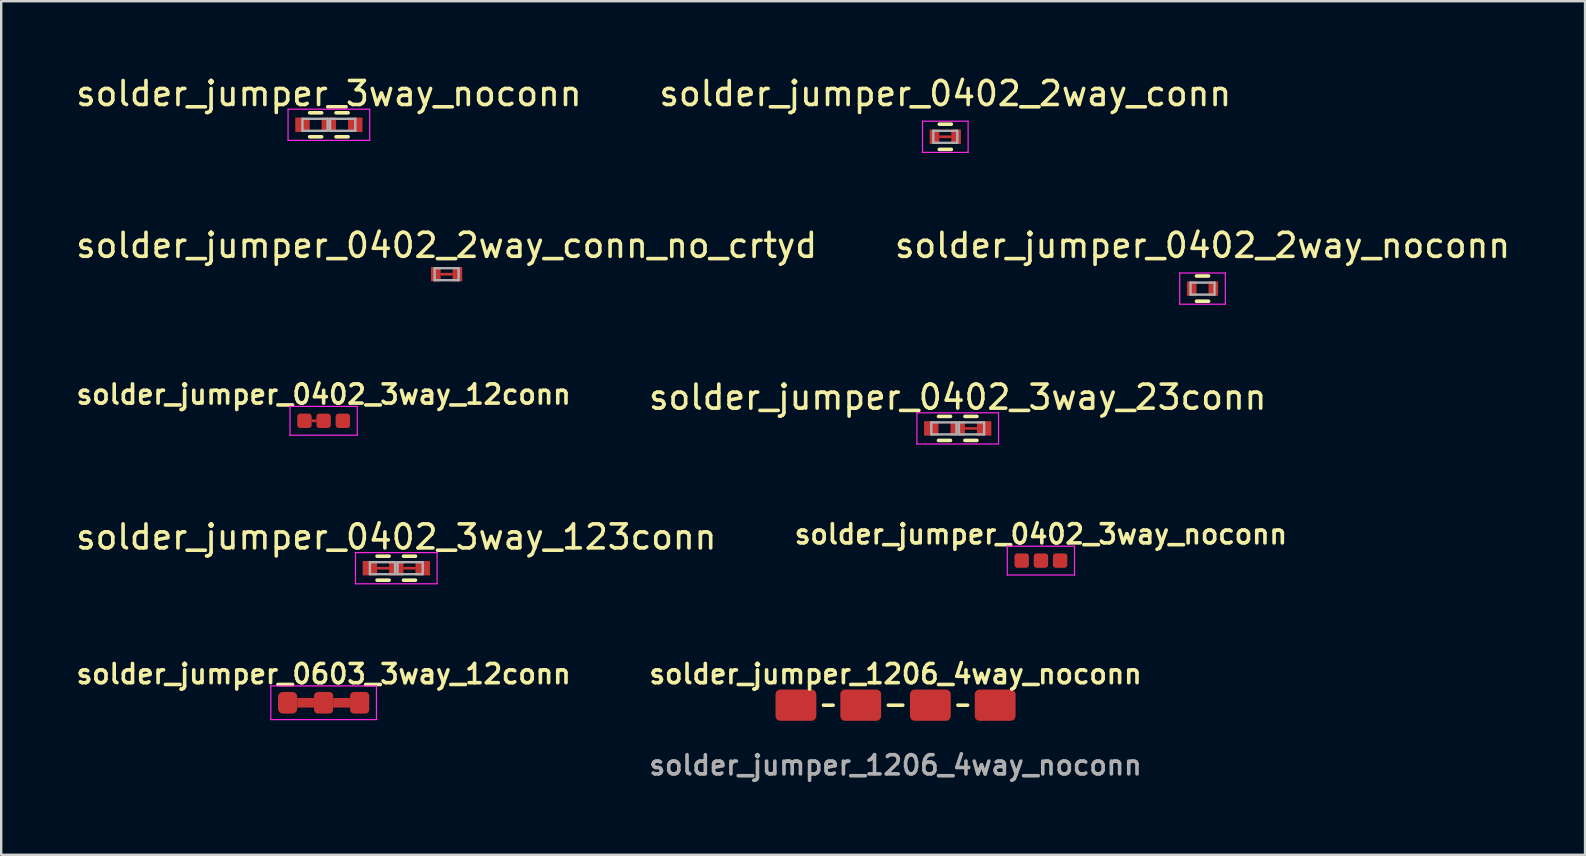
<source format=kicad_pcb>
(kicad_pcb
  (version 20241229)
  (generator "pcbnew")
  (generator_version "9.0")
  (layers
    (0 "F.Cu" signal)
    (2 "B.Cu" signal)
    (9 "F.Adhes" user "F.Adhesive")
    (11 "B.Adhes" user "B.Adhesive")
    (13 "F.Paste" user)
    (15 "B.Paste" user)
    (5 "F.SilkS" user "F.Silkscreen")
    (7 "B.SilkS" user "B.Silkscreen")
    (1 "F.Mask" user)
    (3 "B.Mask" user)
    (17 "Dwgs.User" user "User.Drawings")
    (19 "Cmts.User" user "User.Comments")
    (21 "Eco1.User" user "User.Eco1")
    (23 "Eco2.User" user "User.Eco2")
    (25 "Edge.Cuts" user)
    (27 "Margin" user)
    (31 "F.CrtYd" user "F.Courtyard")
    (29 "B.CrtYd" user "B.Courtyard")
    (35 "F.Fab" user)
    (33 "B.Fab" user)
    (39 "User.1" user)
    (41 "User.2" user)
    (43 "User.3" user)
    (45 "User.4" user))
  (footprint "solder_jumper_1206_4way_noconn"
    (layer "F.Cu")
    (at 34.254 26.324)
    (property "Reference" "solder_jumper_1206_4way_noconn" (at 0 -1.3 0) (unlocked yes) (layer "F.SilkS") (effects (font (size 0.8 0.8) (thickness 0.15))))
    (attr smd)
    (fp_line (start -3 0) (end -2.6 0) (stroke (width 0.15) (type default)) (layer "F.SilkS"))
    (fp_line (start -0.3 0) (end 0.3 0) (stroke (width 0.15) (type default)) (layer "F.SilkS"))
    (fp_line (start 2.6 0) (end 3 0) (stroke (width 0.15) (type default)) (layer "F.SilkS"))
    (fp_text user "${REFERENCE}" (at 0 2.5 0) (unlocked yes) (layer "F.Fab") (effects (font (size 0.8 0.8) (thickness 0.15))))
    (pad "1" smd roundrect (at -4.15 0) (size 1.7 1.3) (layers "F.Cu" "F.Mask" "F.Paste") (roundrect_rratio 0.15))
    (pad "2" smd roundrect (at -1.45 0) (size 1.7 1.3) (layers "F.Cu" "F.Mask" "F.Paste") (roundrect_rratio 0.15))
    (pad "3" smd roundrect (at 1.45 0) (size 1.7 1.3) (layers "F.Cu" "F.Mask" "F.Paste") (roundrect_rratio 0.15))
    (pad "4" smd roundrect (at 4.15 0) (size 1.7 1.3) (layers "F.Cu" "F.Mask" "F.Paste") (roundrect_rratio 0.15)))
  (footprint "solder_jumper_0402_2way_conn"
    (layer "F.Cu")
    (at 36.327 2.648)
    (property "Reference" "solder_jumper_0402_2way_conn" (at 0 -1.8 0) (layer "F.SilkS") (effects (font (size 1 1) (thickness 0.15))))
    (attr smd)
    (fp_poly (pts (xy -0.25 -0.05) (xy 0.25 -0.05) (xy 0.25 0.05) (xy -0.25 0.05)) (stroke (width 0.01) (type solid)) (fill yes) (layer "F.Cu"))
    (fp_line (start -0.25 0.525) (end 0.25 0.525) (stroke (width 0.15) (type solid)) (layer "F.SilkS"))
    (fp_line (start 0.25 -0.525) (end -0.25 -0.525) (stroke (width 0.15) (type solid)) (layer "F.SilkS"))
    (fp_line (start -0.95 -0.65) (end -0.95 0.65) (stroke (width 0.05) (type solid)) (layer "F.CrtYd"))
    (fp_line (start -0.95 -0.65) (end 0.95 -0.65) (stroke (width 0.05) (type solid)) (layer "F.CrtYd"))
    (fp_line (start -0.95 0.65) (end 0.95 0.65) (stroke (width 0.05) (type solid)) (layer "F.CrtYd"))
    (fp_line (start 0.95 -0.65) (end 0.95 0.65) (stroke (width 0.05) (type solid)) (layer "F.CrtYd"))
    (fp_line (start -0.5 -0.25) (end 0.5 -0.25) (stroke (width 0.1) (type solid)) (layer "F.Fab"))
    (fp_line (start -0.5 0.25) (end -0.5 -0.25) (stroke (width 0.1) (type solid)) (layer "F.Fab"))
    (fp_line (start 0.5 -0.25) (end 0.5 0.25) (stroke (width 0.1) (type solid)) (layer "F.Fab"))
    (fp_line (start 0.5 0.25) (end -0.5 0.25) (stroke (width 0.1) (type solid)) (layer "F.Fab"))
    (pad "1" smd rect (at -0.45 0) (size 0.4 0.6) (layers "F.Cu" "F.Mask"))
    (pad "2" smd rect (at 0.45 0) (size 0.4 0.6) (layers "F.Cu" "F.Mask")))
  (footprint "solder_jumper_0603_3way_12conn"
    (layer "F.Cu")
    (at 10.431 26.224)
    (property "Reference" "solder_jumper_0603_3way_12conn" (at 0 -1.2 0) (layer "F.SilkS") (effects (font (size 0.8 0.8) (thickness 0.15))))
    (attr smd)
    (fp_poly (pts (xy -1.1 -0.2) (xy -0.4 -0.2) (xy -0.4 0.2) (xy -1.1 0.2)) (stroke (width 0) (type solid)) (fill yes) (layer "F.Cu"))
    (fp_poly (pts (xy 0.4 -0.2) (xy 1.1 -0.2) (xy 1.1 0.2) (xy 0.4 0.2)) (stroke (width 0) (type solid)) (fill yes) (layer "F.Cu"))
    (fp_line (start -2.2 -0.7) (end -2.2 0.7) (stroke (width 0.05) (type solid)) (layer "F.CrtYd"))
    (fp_line (start -2.2 -0.7) (end 2.2 -0.7) (stroke (width 0.05) (type solid)) (layer "F.CrtYd"))
    (fp_line (start -2.2 0.7) (end 2.2 0.7) (stroke (width 0.05) (type solid)) (layer "F.CrtYd"))
    (fp_line (start 2.2 -0.7) (end 2.2 0.7) (stroke (width 0.05) (type solid)) (layer "F.CrtYd"))
    (pad "1" smd roundrect (at -1.5 0) (size 0.8 0.9) (layers "F.Cu" "F.Mask") (roundrect_rratio 0.25))
    (pad "2" smd roundrect (at 0 0) (size 0.8 0.9) (layers "F.Cu" "F.Mask") (roundrect_rratio 0.2))
    (pad "3" smd roundrect (at 1.5 0) (size 0.8 0.9) (layers "F.Cu" "F.Mask") (roundrect_rratio 0.2)))
  (footprint "solder_jumper_0402_2way_noconn"
    (layer "F.Cu")
    (at 47.042 8.972)
    (property "Reference" "solder_jumper_0402_2way_noconn" (at 0 -1.8 0) (layer "F.SilkS") (effects (font (size 1 1) (thickness 0.15))))
    (attr smd)
    (fp_line (start -0.25 0.525) (end 0.25 0.525) (stroke (width 0.15) (type solid)) (layer "F.SilkS"))
    (fp_line (start 0.25 -0.525) (end -0.25 -0.525) (stroke (width 0.15) (type solid)) (layer "F.SilkS"))
    (fp_line (start -0.95 -0.65) (end -0.95 0.65) (stroke (width 0.05) (type solid)) (layer "F.CrtYd"))
    (fp_line (start -0.95 -0.65) (end 0.95 -0.65) (stroke (width 0.05) (type solid)) (layer "F.CrtYd"))
    (fp_line (start -0.95 0.65) (end 0.95 0.65) (stroke (width 0.05) (type solid)) (layer "F.CrtYd"))
    (fp_line (start 0.95 -0.65) (end 0.95 0.65) (stroke (width 0.05) (type solid)) (layer "F.CrtYd"))
    (fp_line (start -0.5 -0.25) (end 0.5 -0.25) (stroke (width 0.1) (type solid)) (layer "F.Fab"))
    (fp_line (start -0.5 0.25) (end -0.5 -0.25) (stroke (width 0.1) (type solid)) (layer "F.Fab"))
    (fp_line (start 0.5 -0.25) (end 0.5 0.25) (stroke (width 0.1) (type solid)) (layer "F.Fab"))
    (fp_line (start 0.5 0.25) (end -0.5 0.25) (stroke (width 0.1) (type solid)) (layer "F.Fab"))
    (pad "1" smd rect (at -0.45 0) (size 0.4 0.6) (layers "F.Cu" "F.Mask"))
    (pad "2" smd rect (at 0.45 0) (size 0.4 0.6) (layers "F.Cu" "F.Mask")))
  (footprint "solder_jumper_0402_3way_12conn"
    (layer "F.Cu")
    (at 10.431 14.478)
    (property "Reference" "solder_jumper_0402_3way_12conn" (at 0 -1.1 0) (layer "F.SilkS") (effects (font (size 0.8 0.8) (thickness 0.15))))
    (attr smd)
    (fp_poly (pts (xy -0.5 -0.05) (xy -0.3 -0.05) (xy -0.3 0.05) (xy -0.5 0.05)) (stroke (width 0.01) (type solid)) (fill yes) (layer "F.Cu"))
    (fp_line (start -1.4 -0.6) (end -1.4 0.6) (stroke (width 0.05) (type solid)) (layer "F.CrtYd"))
    (fp_line (start -1.4 -0.6) (end 1.4 -0.6) (stroke (width 0.05) (type solid)) (layer "F.CrtYd"))
    (fp_line (start -1.4 0.6) (end 1.4 0.6) (stroke (width 0.05) (type solid)) (layer "F.CrtYd"))
    (fp_line (start 1.4 -0.6) (end 1.4 0.6) (stroke (width 0.05) (type solid)) (layer "F.CrtYd"))
    (pad "1" smd roundrect (at -0.8 0) (size 0.6 0.6) (layers "F.Cu" "F.Mask") (roundrect_rratio 0.2))
    (pad "2" smd roundrect (at 0 0) (size 0.6 0.6) (layers "F.Cu" "F.Mask") (roundrect_rratio 0.2))
    (pad "3" smd roundrect (at 0.8 0) (size 0.6 0.6) (layers "F.Cu" "F.Mask") (roundrect_rratio 0.2)))
  (footprint "solder_jumper_0402_3way_123conn"
    (layer "F.Cu")
    (at 13.458 20.618)
    (property "Reference" "solder_jumper_0402_3way_123conn" (at 0 -1.3 0) (layer "F.SilkS") (effects (font (size 1 1) (thickness 0.15))))
    (attr smd)
    (fp_poly (pts (xy -0.8 -0.05) (xy -0.3 -0.05) (xy -0.3 0.05) (xy -0.8 0.05)) (stroke (width 0.01) (type solid)) (fill yes) (layer "F.Cu"))
    (fp_poly (pts (xy 0.3 -0.05) (xy 0.8 -0.05) (xy 0.8 0.05) (xy 0.3 0.05)) (stroke (width 0.01) (type solid)) (fill yes) (layer "F.Cu"))
    (fp_line (start -0.8 0.5) (end -0.3 0.5) (stroke (width 0.15) (type solid)) (layer "F.SilkS"))
    (fp_line (start -0.3 -0.5) (end -0.8 -0.5) (stroke (width 0.15) (type solid)) (layer "F.SilkS"))
    (fp_line (start 0.8 -0.5) (end 0.3 -0.5) (stroke (width 0.15) (type solid)) (layer "F.SilkS"))
    (fp_line (start 0.8 0.5) (end 0.3 0.5) (stroke (width 0.15) (type solid)) (layer "F.SilkS"))
    (fp_line (start -1.7 -0.65) (end -1.7 0.65) (stroke (width 0.05) (type solid)) (layer "F.CrtYd"))
    (fp_line (start -1.7 -0.65) (end 1.7 -0.65) (stroke (width 0.05) (type solid)) (layer "F.CrtYd"))
    (fp_line (start -1.7 0.65) (end 1.7 0.65) (stroke (width 0.05) (type solid)) (layer "F.CrtYd"))
    (fp_line (start 1.7 -0.65) (end 1.7 0.65) (stroke (width 0.05) (type solid)) (layer "F.CrtYd"))
    (fp_line (start -1.1 -0.25) (end -0.05 -0.25) (stroke (width 0.1) (type solid)) (layer "F.Fab"))
    (fp_line (start -1.1 0.25) (end -1.1 -0.25) (stroke (width 0.1) (type solid)) (layer "F.Fab"))
    (fp_line (start -0.05 -0.25) (end -0.05 0.25) (stroke (width 0.1) (type solid)) (layer "F.Fab"))
    (fp_line (start -0.05 0.25) (end -1.1 0.25) (stroke (width 0.1) (type solid)) (layer "F.Fab"))
    (fp_line (start 0.05 -0.25) (end 0.05 0.25) (stroke (width 0.1) (type solid)) (layer "F.Fab"))
    (fp_line (start 0.05 -0.25) (end 1.1 -0.25) (stroke (width 0.1) (type solid)) (layer "F.Fab"))
    (fp_line (start 0.05 0.25) (end 1.1 0.25) (stroke (width 0.1) (type solid)) (layer "F.Fab"))
    (fp_line (start 1.1 -0.25) (end 1.1 0.25) (stroke (width 0.1) (type solid)) (layer "F.Fab"))
    (pad "1" smd rect (at -1.1 0) (size 0.6 0.6) (layers "F.Cu" "F.Mask"))
    (pad "2" smd rect (at 0 0) (size 0.6 0.6) (layers "F.Cu" "F.Mask"))
    (pad "3" smd rect (at 1.1 0) (size 0.6 0.6) (layers "F.Cu" "F.Mask")))
  (footprint "solder_jumper_0402_3way_23conn"
    (layer "F.Cu")
    (at 36.844 14.795)
    (property "Reference" "solder_jumper_0402_3way_23conn" (at 0 -1.3 0) (layer "F.SilkS") (effects (font (size 1 1) (thickness 0.15))))
    (attr smd)
    (fp_poly (pts (xy 0.3 -0.05) (xy 0.8 -0.05) (xy 0.8 0.05) (xy 0.3 0.05)) (stroke (width 0.01) (type solid)) (fill yes) (layer "F.Cu"))
    (fp_line (start -0.8 0.5) (end -0.3 0.5) (stroke (width 0.15) (type solid)) (layer "F.SilkS"))
    (fp_line (start -0.3 -0.5) (end -0.8 -0.5) (stroke (width 0.15) (type solid)) (layer "F.SilkS"))
    (fp_line (start 0.8 -0.5) (end 0.3 -0.5) (stroke (width 0.15) (type solid)) (layer "F.SilkS"))
    (fp_line (start 0.8 0.5) (end 0.3 0.5) (stroke (width 0.15) (type solid)) (layer "F.SilkS"))
    (fp_line (start -1.7 -0.65) (end -1.7 0.65) (stroke (width 0.05) (type solid)) (layer "F.CrtYd"))
    (fp_line (start -1.7 -0.65) (end 1.7 -0.65) (stroke (width 0.05) (type solid)) (layer "F.CrtYd"))
    (fp_line (start -1.7 0.65) (end 1.7 0.65) (stroke (width 0.05) (type solid)) (layer "F.CrtYd"))
    (fp_line (start 1.7 -0.65) (end 1.7 0.65) (stroke (width 0.05) (type solid)) (layer "F.CrtYd"))
    (fp_line (start -1.1 -0.25) (end -0.05 -0.25) (stroke (width 0.1) (type solid)) (layer "F.Fab"))
    (fp_line (start -1.1 0.25) (end -1.1 -0.25) (stroke (width 0.1) (type solid)) (layer "F.Fab"))
    (fp_line (start -0.05 -0.25) (end -0.05 0.25) (stroke (width 0.1) (type solid)) (layer "F.Fab"))
    (fp_line (start -0.05 0.25) (end -1.1 0.25) (stroke (width 0.1) (type solid)) (layer "F.Fab"))
    (fp_line (start 0.05 -0.25) (end 0.05 0.25) (stroke (width 0.1) (type solid)) (layer "F.Fab"))
    (fp_line (start 0.05 -0.25) (end 1.1 -0.25) (stroke (width 0.1) (type solid)) (layer "F.Fab"))
    (fp_line (start 0.05 0.25) (end 1.1 0.25) (stroke (width 0.1) (type solid)) (layer "F.Fab"))
    (fp_line (start 1.1 -0.25) (end 1.1 0.25) (stroke (width 0.1) (type solid)) (layer "F.Fab"))
    (pad "1" smd rect (at -1.1 0) (size 0.6 0.6) (layers "F.Cu" "F.Mask"))
    (pad "2" smd rect (at 0 0) (size 0.6 0.6) (layers "F.Cu" "F.Mask"))
    (pad "3" smd rect (at 1.1 0) (size 0.6 0.6) (layers "F.Cu" "F.Mask")))
  (footprint "solder_jumper_0402_2way_conn_no_crtyd"
    (layer "F.Cu")
    (at 15.554 8.371)
    (property "Reference" "solder_jumper_0402_2way_conn_no_crtyd" (at 0 -1.2 0) (layer "F.SilkS") (effects (font (size 1 1) (thickness 0.15))))
    (attr smd)
    (fp_poly (pts (xy -0.25 -0.05) (xy 0.25 -0.05) (xy 0.25 0.05) (xy -0.25 0.05)) (stroke (width 0.01) (type solid)) (fill yes) (layer "F.Cu"))
    (fp_line (start -0.5 -0.25) (end 0.5 -0.25) (stroke (width 0.1) (type solid)) (layer "F.Fab"))
    (fp_line (start -0.5 0.25) (end -0.5 -0.25) (stroke (width 0.1) (type solid)) (layer "F.Fab"))
    (fp_line (start 0.5 -0.25) (end 0.5 0.25) (stroke (width 0.1) (type solid)) (layer "F.Fab"))
    (fp_line (start 0.5 0.25) (end -0.5 0.25) (stroke (width 0.1) (type solid)) (layer "F.Fab"))
    (pad "1" smd rect (at -0.45 0) (size 0.4 0.6) (layers "F.Cu" "F.Mask"))
    (pad "2" smd rect (at 0.45 0) (size 0.4 0.6) (layers "F.Cu" "F.Mask")))
  (footprint "solder_jumper_0402_3way_noconn"
    (layer "F.Cu")
    (at 40.309 20.301)
    (property "Reference" "solder_jumper_0402_3way_noconn" (at 0 -1.1 0) (layer "F.SilkS") (effects (font (size 0.8 0.8) (thickness 0.15))))
    (attr smd)
    (fp_line (start -1.4 -0.6) (end -1.4 0.6) (stroke (width 0.05) (type solid)) (layer "F.CrtYd"))
    (fp_line (start -1.4 -0.6) (end 1.4 -0.6) (stroke (width 0.05) (type solid)) (layer "F.CrtYd"))
    (fp_line (start -1.4 0.6) (end 1.4 0.6) (stroke (width 0.05) (type solid)) (layer "F.CrtYd"))
    (fp_line (start 1.4 -0.6) (end 1.4 0.6) (stroke (width 0.05) (type solid)) (layer "F.CrtYd"))
    (pad "1" smd roundrect (at -0.8 0) (size 0.6 0.6) (layers "F.Cu" "F.Mask") (roundrect_rratio 0.2))
    (pad "2" smd roundrect (at 0 0) (size 0.6 0.6) (layers "F.Cu" "F.Mask") (roundrect_rratio 0.2))
    (pad "3" smd roundrect (at 0.8 0) (size 0.6 0.6) (layers "F.Cu" "F.Mask") (roundrect_rratio 0.2)))
  (footprint "solder_jumper_3way_noconn"
    (layer "F.Cu")
    (at 10.649 2.148)
    (property "Reference" "solder_jumper_3way_noconn" (at 0 -1.3 0) (layer "F.SilkS") (effects (font (size 1 1) (thickness 0.15))))
    (attr smd)
    (fp_line (start -0.8 0.5) (end -0.3 0.5) (stroke (width 0.15) (type solid)) (layer "F.SilkS"))
    (fp_line (start -0.3 -0.5) (end -0.8 -0.5) (stroke (width 0.15) (type solid)) (layer "F.SilkS"))
    (fp_line (start 0.8 -0.5) (end 0.3 -0.5) (stroke (width 0.15) (type solid)) (layer "F.SilkS"))
    (fp_line (start 0.8 0.5) (end 0.3 0.5) (stroke (width 0.15) (type solid)) (layer "F.SilkS"))
    (fp_line (start -1.7 -0.65) (end -1.7 0.65) (stroke (width 0.05) (type solid)) (layer "F.CrtYd"))
    (fp_line (start -1.7 -0.65) (end 1.7 -0.65) (stroke (width 0.05) (type solid)) (layer "F.CrtYd"))
    (fp_line (start -1.7 0.65) (end 1.7 0.65) (stroke (width 0.05) (type solid)) (layer "F.CrtYd"))
    (fp_line (start 1.7 -0.65) (end 1.7 0.65) (stroke (width 0.05) (type solid)) (layer "F.CrtYd"))
    (fp_line (start -1.1 -0.25) (end -0.05 -0.25) (stroke (width 0.1) (type solid)) (layer "F.Fab"))
    (fp_line (start -1.1 0.25) (end -1.1 -0.25) (stroke (width 0.1) (type solid)) (layer "F.Fab"))
    (fp_line (start -0.05 -0.25) (end -0.05 0.25) (stroke (width 0.1) (type solid)) (layer "F.Fab"))
    (fp_line (start -0.05 0.25) (end -1.1 0.25) (stroke (width 0.1) (type solid)) (layer "F.Fab"))
    (fp_line (start 0.05 -0.25) (end 0.05 0.25) (stroke (width 0.1) (type solid)) (layer "F.Fab"))
    (fp_line (start 0.05 -0.25) (end 1.1 -0.25) (stroke (width 0.1) (type solid)) (layer "F.Fab"))
    (fp_line (start 0.05 0.25) (end 1.1 0.25) (stroke (width 0.1) (type solid)) (layer "F.Fab"))
    (fp_line (start 1.1 -0.25) (end 1.1 0.25) (stroke (width 0.1) (type solid)) (layer "F.Fab"))
    (pad "1" smd rect (at -1.1 0) (size 0.6 0.6) (layers "F.Cu" "F.Mask"))
    (pad "2" smd rect (at 0 0) (size 0.6 0.6) (layers "F.Cu" "F.Mask"))
    (pad "3" smd rect (at 1.1 0) (size 0.6 0.6) (layers "F.Cu" "F.Mask")))
  (gr_rect
    (start -3 -3)
    (end 62.976 32.556)
    (stroke (width 0.1) (type default))
    (fill no)
    (layer "Edge.Cuts")))
</source>
